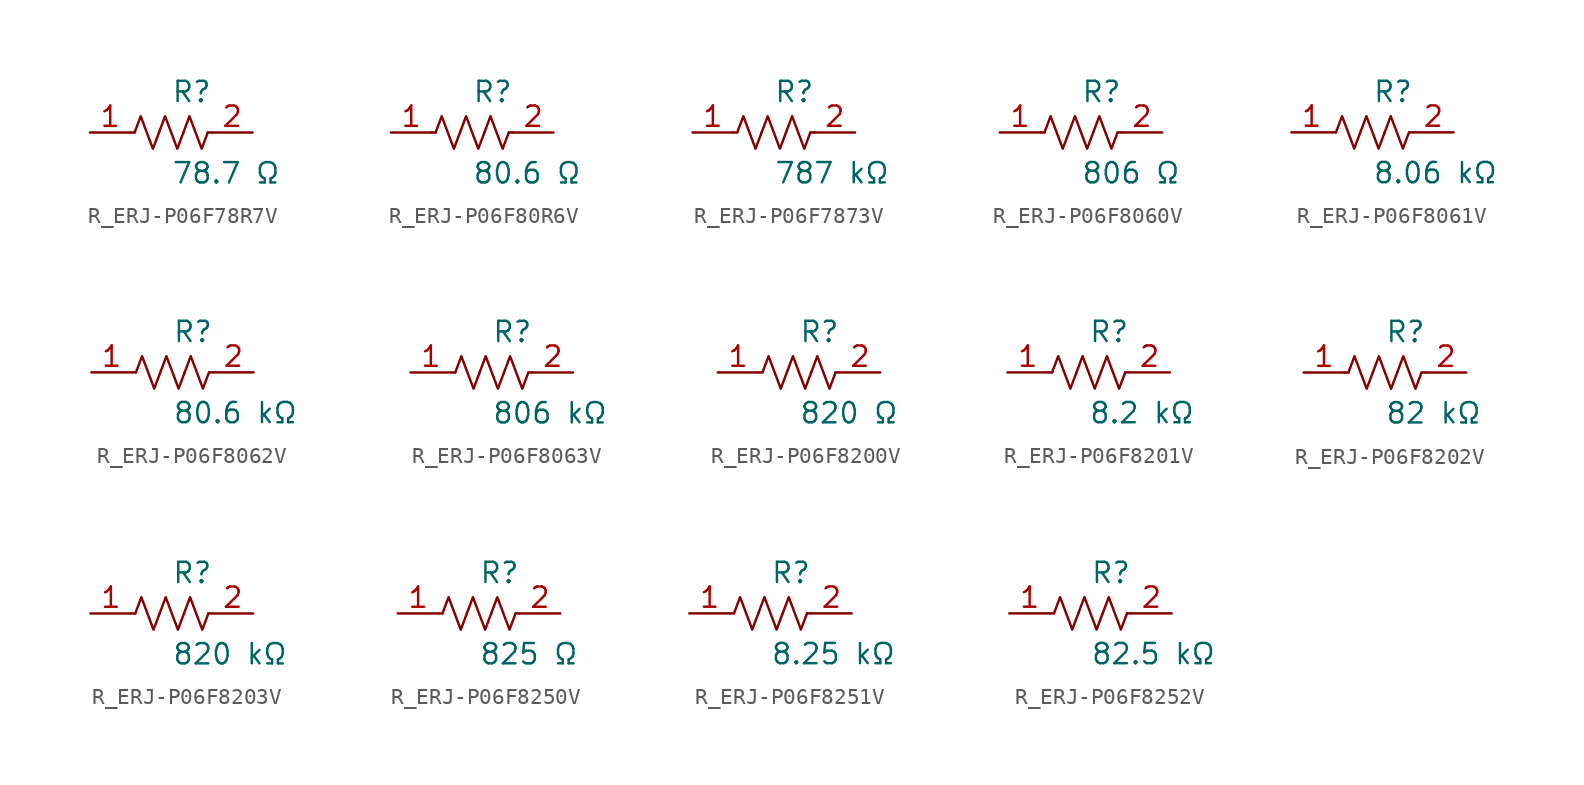
<source format=kicad_sym>
(kicad_symbol_lib
  (version 20231120)
  (generator kicad_symbol_editor)
  (generator_version 8.0)
  (symbol "R_ERJ-P06F78R7V"
    (pin_names
      (offset 0.254))
    (property "Reference" "R"
      (at 0 2.54 0)
      (effects (font (size 1.27 1.27)) (justify left)))
    (property "Value" "78.7 Ω"
      (at 0 -2.54 0)
      (effects (font (size 1.27 1.27)) (justify left)))
    (symbol "R_ERJ-P06F78R7V_0_1"
      (polyline (pts (xy 2.286 0) (xy 2.54 0)) (stroke (width 0) (type default)) (fill (type none)))
      (polyline (pts (xy -2.286 0) (xy -2.54 0)) (stroke (width 0) (type default)) (fill (type none)))
      (polyline (pts (xy 0.762 0) (xy 1.143 1.016) (xy 1.524 0) (xy 1.905 -1.016) (xy 2.286 0)) (stroke (width 0) (type default)) (fill (type none)))
      (polyline (pts (xy -0.762 0) (xy -0.381 1.016) (xy 0 0) (xy 0.381 -1.016) (xy 0.762 0)) (stroke (width 0) (type default)) (fill (type none)))
      (polyline (pts (xy -2.286 0) (xy -1.905 1.016) (xy -1.524 0) (xy -1.143 -1.016) (xy -0.762 0)) (stroke (width 0) (type default)) (fill (type none))))
    (pin passive line
      (at -5.08 0 0)
      (length 2.54)
      (name "" (effects (font (size 1.27 1.27))))
      (number "1" (effects (font (size 1.27 1.27)))))
    (pin passive line
      (at 5.08 0 180)
      (length 2.54)
      (name "" (effects (font (size 1.27 1.27))))
      (number "2" (effects (font (size 1.27 1.27))))))
  (symbol "R_ERJ-P06F80R6V"
    (pin_names
      (offset 0.254))
    (property "Reference" "R"
      (at 0 2.54 0)
      (effects (font (size 1.27 1.27)) (justify left)))
    (property "Value" "80.6 Ω"
      (at 0 -2.54 0)
      (effects (font (size 1.27 1.27)) (justify left)))
    (symbol "R_ERJ-P06F80R6V_0_1"
      (polyline (pts (xy 2.286 0) (xy 2.54 0)) (stroke (width 0) (type default)) (fill (type none)))
      (polyline (pts (xy -2.286 0) (xy -2.54 0)) (stroke (width 0) (type default)) (fill (type none)))
      (polyline (pts (xy 0.762 0) (xy 1.143 1.016) (xy 1.524 0) (xy 1.905 -1.016) (xy 2.286 0)) (stroke (width 0) (type default)) (fill (type none)))
      (polyline (pts (xy -0.762 0) (xy -0.381 1.016) (xy 0 0) (xy 0.381 -1.016) (xy 0.762 0)) (stroke (width 0) (type default)) (fill (type none)))
      (polyline (pts (xy -2.286 0) (xy -1.905 1.016) (xy -1.524 0) (xy -1.143 -1.016) (xy -0.762 0)) (stroke (width 0) (type default)) (fill (type none))))
    (pin passive line
      (at -5.08 0 0)
      (length 2.54)
      (name "" (effects (font (size 1.27 1.27))))
      (number "1" (effects (font (size 1.27 1.27)))))
    (pin passive line
      (at 5.08 0 180)
      (length 2.54)
      (name "" (effects (font (size 1.27 1.27))))
      (number "2" (effects (font (size 1.27 1.27))))))
  (symbol "R_ERJ-P06F7873V"
    (pin_names
      (offset 0.254))
    (property "Reference" "R"
      (at 0 2.54 0)
      (effects (font (size 1.27 1.27)) (justify left)))
    (property "Value" "787 kΩ"
      (at 0 -2.54 0)
      (effects (font (size 1.27 1.27)) (justify left)))
    (symbol "R_ERJ-P06F7873V_0_1"
      (polyline (pts (xy 2.286 0) (xy 2.54 0)) (stroke (width 0) (type default)) (fill (type none)))
      (polyline (pts (xy -2.286 0) (xy -2.54 0)) (stroke (width 0) (type default)) (fill (type none)))
      (polyline (pts (xy 0.762 0) (xy 1.143 1.016) (xy 1.524 0) (xy 1.905 -1.016) (xy 2.286 0)) (stroke (width 0) (type default)) (fill (type none)))
      (polyline (pts (xy -0.762 0) (xy -0.381 1.016) (xy 0 0) (xy 0.381 -1.016) (xy 0.762 0)) (stroke (width 0) (type default)) (fill (type none)))
      (polyline (pts (xy -2.286 0) (xy -1.905 1.016) (xy -1.524 0) (xy -1.143 -1.016) (xy -0.762 0)) (stroke (width 0) (type default)) (fill (type none))))
    (pin passive line
      (at -5.08 0 0)
      (length 2.54)
      (name "" (effects (font (size 1.27 1.27))))
      (number "1" (effects (font (size 1.27 1.27)))))
    (pin passive line
      (at 5.08 0 180)
      (length 2.54)
      (name "" (effects (font (size 1.27 1.27))))
      (number "2" (effects (font (size 1.27 1.27))))))
  (symbol "R_ERJ-P06F8060V"
    (pin_names
      (offset 0.254))
    (property "Reference" "R"
      (at 0 2.54 0)
      (effects (font (size 1.27 1.27)) (justify left)))
    (property "Value" "806 Ω"
      (at 0 -2.54 0)
      (effects (font (size 1.27 1.27)) (justify left)))
    (symbol "R_ERJ-P06F8060V_0_1"
      (polyline (pts (xy 2.286 0) (xy 2.54 0)) (stroke (width 0) (type default)) (fill (type none)))
      (polyline (pts (xy -2.286 0) (xy -2.54 0)) (stroke (width 0) (type default)) (fill (type none)))
      (polyline (pts (xy 0.762 0) (xy 1.143 1.016) (xy 1.524 0) (xy 1.905 -1.016) (xy 2.286 0)) (stroke (width 0) (type default)) (fill (type none)))
      (polyline (pts (xy -0.762 0) (xy -0.381 1.016) (xy 0 0) (xy 0.381 -1.016) (xy 0.762 0)) (stroke (width 0) (type default)) (fill (type none)))
      (polyline (pts (xy -2.286 0) (xy -1.905 1.016) (xy -1.524 0) (xy -1.143 -1.016) (xy -0.762 0)) (stroke (width 0) (type default)) (fill (type none))))
    (pin passive line
      (at -5.08 0 0)
      (length 2.54)
      (name "" (effects (font (size 1.27 1.27))))
      (number "1" (effects (font (size 1.27 1.27)))))
    (pin passive line
      (at 5.08 0 180)
      (length 2.54)
      (name "" (effects (font (size 1.27 1.27))))
      (number "2" (effects (font (size 1.27 1.27))))))
  (symbol "R_ERJ-P06F8061V"
    (pin_names
      (offset 0.254))
    (property "Reference" "R"
      (at 0 2.54 0)
      (effects (font (size 1.27 1.27)) (justify left)))
    (property "Value" "8.06 kΩ"
      (at 0 -2.54 0)
      (effects (font (size 1.27 1.27)) (justify left)))
    (symbol "R_ERJ-P06F8061V_0_1"
      (polyline (pts (xy 2.286 0) (xy 2.54 0)) (stroke (width 0) (type default)) (fill (type none)))
      (polyline (pts (xy -2.286 0) (xy -2.54 0)) (stroke (width 0) (type default)) (fill (type none)))
      (polyline (pts (xy 0.762 0) (xy 1.143 1.016) (xy 1.524 0) (xy 1.905 -1.016) (xy 2.286 0)) (stroke (width 0) (type default)) (fill (type none)))
      (polyline (pts (xy -0.762 0) (xy -0.381 1.016) (xy 0 0) (xy 0.381 -1.016) (xy 0.762 0)) (stroke (width 0) (type default)) (fill (type none)))
      (polyline (pts (xy -2.286 0) (xy -1.905 1.016) (xy -1.524 0) (xy -1.143 -1.016) (xy -0.762 0)) (stroke (width 0) (type default)) (fill (type none))))
    (pin passive line
      (at -5.08 0 0)
      (length 2.54)
      (name "" (effects (font (size 1.27 1.27))))
      (number "1" (effects (font (size 1.27 1.27)))))
    (pin passive line
      (at 5.08 0 180)
      (length 2.54)
      (name "" (effects (font (size 1.27 1.27))))
      (number "2" (effects (font (size 1.27 1.27))))))
  (symbol "R_ERJ-P06F8062V"
    (pin_names
      (offset 0.254))
    (property "Reference" "R"
      (at 0 2.54 0)
      (effects (font (size 1.27 1.27)) (justify left)))
    (property "Value" "80.6 kΩ"
      (at 0 -2.54 0)
      (effects (font (size 1.27 1.27)) (justify left)))
    (symbol "R_ERJ-P06F8062V_0_1"
      (polyline (pts (xy 2.286 0) (xy 2.54 0)) (stroke (width 0) (type default)) (fill (type none)))
      (polyline (pts (xy -2.286 0) (xy -2.54 0)) (stroke (width 0) (type default)) (fill (type none)))
      (polyline (pts (xy 0.762 0) (xy 1.143 1.016) (xy 1.524 0) (xy 1.905 -1.016) (xy 2.286 0)) (stroke (width 0) (type default)) (fill (type none)))
      (polyline (pts (xy -0.762 0) (xy -0.381 1.016) (xy 0 0) (xy 0.381 -1.016) (xy 0.762 0)) (stroke (width 0) (type default)) (fill (type none)))
      (polyline (pts (xy -2.286 0) (xy -1.905 1.016) (xy -1.524 0) (xy -1.143 -1.016) (xy -0.762 0)) (stroke (width 0) (type default)) (fill (type none))))
    (pin passive line
      (at -5.08 0 0)
      (length 2.54)
      (name "" (effects (font (size 1.27 1.27))))
      (number "1" (effects (font (size 1.27 1.27)))))
    (pin passive line
      (at 5.08 0 180)
      (length 2.54)
      (name "" (effects (font (size 1.27 1.27))))
      (number "2" (effects (font (size 1.27 1.27))))))
  (symbol "R_ERJ-P06F8063V"
    (pin_names
      (offset 0.254))
    (property "Reference" "R"
      (at 0 2.54 0)
      (effects (font (size 1.27 1.27)) (justify left)))
    (property "Value" "806 kΩ"
      (at 0 -2.54 0)
      (effects (font (size 1.27 1.27)) (justify left)))
    (symbol "R_ERJ-P06F8063V_0_1"
      (polyline (pts (xy 2.286 0) (xy 2.54 0)) (stroke (width 0) (type default)) (fill (type none)))
      (polyline (pts (xy -2.286 0) (xy -2.54 0)) (stroke (width 0) (type default)) (fill (type none)))
      (polyline (pts (xy 0.762 0) (xy 1.143 1.016) (xy 1.524 0) (xy 1.905 -1.016) (xy 2.286 0)) (stroke (width 0) (type default)) (fill (type none)))
      (polyline (pts (xy -0.762 0) (xy -0.381 1.016) (xy 0 0) (xy 0.381 -1.016) (xy 0.762 0)) (stroke (width 0) (type default)) (fill (type none)))
      (polyline (pts (xy -2.286 0) (xy -1.905 1.016) (xy -1.524 0) (xy -1.143 -1.016) (xy -0.762 0)) (stroke (width 0) (type default)) (fill (type none))))
    (pin passive line
      (at -5.08 0 0)
      (length 2.54)
      (name "" (effects (font (size 1.27 1.27))))
      (number "1" (effects (font (size 1.27 1.27)))))
    (pin passive line
      (at 5.08 0 180)
      (length 2.54)
      (name "" (effects (font (size 1.27 1.27))))
      (number "2" (effects (font (size 1.27 1.27))))))
  (symbol "R_ERJ-P06F8200V"
    (pin_names
      (offset 0.254))
    (property "Reference" "R"
      (at 0 2.54 0)
      (effects (font (size 1.27 1.27)) (justify left)))
    (property "Value" "820 Ω"
      (at 0 -2.54 0)
      (effects (font (size 1.27 1.27)) (justify left)))
    (symbol "R_ERJ-P06F8200V_0_1"
      (polyline (pts (xy 2.286 0) (xy 2.54 0)) (stroke (width 0) (type default)) (fill (type none)))
      (polyline (pts (xy -2.286 0) (xy -2.54 0)) (stroke (width 0) (type default)) (fill (type none)))
      (polyline (pts (xy 0.762 0) (xy 1.143 1.016) (xy 1.524 0) (xy 1.905 -1.016) (xy 2.286 0)) (stroke (width 0) (type default)) (fill (type none)))
      (polyline (pts (xy -0.762 0) (xy -0.381 1.016) (xy 0 0) (xy 0.381 -1.016) (xy 0.762 0)) (stroke (width 0) (type default)) (fill (type none)))
      (polyline (pts (xy -2.286 0) (xy -1.905 1.016) (xy -1.524 0) (xy -1.143 -1.016) (xy -0.762 0)) (stroke (width 0) (type default)) (fill (type none))))
    (pin passive line
      (at -5.08 0 0)
      (length 2.54)
      (name "" (effects (font (size 1.27 1.27))))
      (number "1" (effects (font (size 1.27 1.27)))))
    (pin passive line
      (at 5.08 0 180)
      (length 2.54)
      (name "" (effects (font (size 1.27 1.27))))
      (number "2" (effects (font (size 1.27 1.27))))))
  (symbol "R_ERJ-P06F8201V"
    (pin_names
      (offset 0.254))
    (property "Reference" "R"
      (at 0 2.54 0)
      (effects (font (size 1.27 1.27)) (justify left)))
    (property "Value" "8.2 kΩ"
      (at 0 -2.54 0)
      (effects (font (size 1.27 1.27)) (justify left)))
    (symbol "R_ERJ-P06F8201V_0_1"
      (polyline (pts (xy 2.286 0) (xy 2.54 0)) (stroke (width 0) (type default)) (fill (type none)))
      (polyline (pts (xy -2.286 0) (xy -2.54 0)) (stroke (width 0) (type default)) (fill (type none)))
      (polyline (pts (xy 0.762 0) (xy 1.143 1.016) (xy 1.524 0) (xy 1.905 -1.016) (xy 2.286 0)) (stroke (width 0) (type default)) (fill (type none)))
      (polyline (pts (xy -0.762 0) (xy -0.381 1.016) (xy 0 0) (xy 0.381 -1.016) (xy 0.762 0)) (stroke (width 0) (type default)) (fill (type none)))
      (polyline (pts (xy -2.286 0) (xy -1.905 1.016) (xy -1.524 0) (xy -1.143 -1.016) (xy -0.762 0)) (stroke (width 0) (type default)) (fill (type none))))
    (pin passive line
      (at -5.08 0 0)
      (length 2.54)
      (name "" (effects (font (size 1.27 1.27))))
      (number "1" (effects (font (size 1.27 1.27)))))
    (pin passive line
      (at 5.08 0 180)
      (length 2.54)
      (name "" (effects (font (size 1.27 1.27))))
      (number "2" (effects (font (size 1.27 1.27))))))
  (symbol "R_ERJ-P06F8202V"
    (pin_names
      (offset 0.254))
    (property "Reference" "R"
      (at 0 2.54 0)
      (effects (font (size 1.27 1.27)) (justify left)))
    (property "Value" "82 kΩ"
      (at 0 -2.54 0)
      (effects (font (size 1.27 1.27)) (justify left)))
    (symbol "R_ERJ-P06F8202V_0_1"
      (polyline (pts (xy 2.286 0) (xy 2.54 0)) (stroke (width 0) (type default)) (fill (type none)))
      (polyline (pts (xy -2.286 0) (xy -2.54 0)) (stroke (width 0) (type default)) (fill (type none)))
      (polyline (pts (xy 0.762 0) (xy 1.143 1.016) (xy 1.524 0) (xy 1.905 -1.016) (xy 2.286 0)) (stroke (width 0) (type default)) (fill (type none)))
      (polyline (pts (xy -0.762 0) (xy -0.381 1.016) (xy 0 0) (xy 0.381 -1.016) (xy 0.762 0)) (stroke (width 0) (type default)) (fill (type none)))
      (polyline (pts (xy -2.286 0) (xy -1.905 1.016) (xy -1.524 0) (xy -1.143 -1.016) (xy -0.762 0)) (stroke (width 0) (type default)) (fill (type none))))
    (pin passive line
      (at -5.08 0 0)
      (length 2.54)
      (name "" (effects (font (size 1.27 1.27))))
      (number "1" (effects (font (size 1.27 1.27)))))
    (pin passive line
      (at 5.08 0 180)
      (length 2.54)
      (name "" (effects (font (size 1.27 1.27))))
      (number "2" (effects (font (size 1.27 1.27))))))
  (symbol "R_ERJ-P06F8203V"
    (pin_names
      (offset 0.254))
    (property "Reference" "R"
      (at 0 2.54 0)
      (effects (font (size 1.27 1.27)) (justify left)))
    (property "Value" "820 kΩ"
      (at 0 -2.54 0)
      (effects (font (size 1.27 1.27)) (justify left)))
    (symbol "R_ERJ-P06F8203V_0_1"
      (polyline (pts (xy 2.286 0) (xy 2.54 0)) (stroke (width 0) (type default)) (fill (type none)))
      (polyline (pts (xy -2.286 0) (xy -2.54 0)) (stroke (width 0) (type default)) (fill (type none)))
      (polyline (pts (xy 0.762 0) (xy 1.143 1.016) (xy 1.524 0) (xy 1.905 -1.016) (xy 2.286 0)) (stroke (width 0) (type default)) (fill (type none)))
      (polyline (pts (xy -0.762 0) (xy -0.381 1.016) (xy 0 0) (xy 0.381 -1.016) (xy 0.762 0)) (stroke (width 0) (type default)) (fill (type none)))
      (polyline (pts (xy -2.286 0) (xy -1.905 1.016) (xy -1.524 0) (xy -1.143 -1.016) (xy -0.762 0)) (stroke (width 0) (type default)) (fill (type none))))
    (pin passive line
      (at -5.08 0 0)
      (length 2.54)
      (name "" (effects (font (size 1.27 1.27))))
      (number "1" (effects (font (size 1.27 1.27)))))
    (pin passive line
      (at 5.08 0 180)
      (length 2.54)
      (name "" (effects (font (size 1.27 1.27))))
      (number "2" (effects (font (size 1.27 1.27))))))
  (symbol "R_ERJ-P06F8250V"
    (pin_names
      (offset 0.254))
    (property "Reference" "R"
      (at 0 2.54 0)
      (effects (font (size 1.27 1.27)) (justify left)))
    (property "Value" "825 Ω"
      (at 0 -2.54 0)
      (effects (font (size 1.27 1.27)) (justify left)))
    (symbol "R_ERJ-P06F8250V_0_1"
      (polyline (pts (xy 2.286 0) (xy 2.54 0)) (stroke (width 0) (type default)) (fill (type none)))
      (polyline (pts (xy -2.286 0) (xy -2.54 0)) (stroke (width 0) (type default)) (fill (type none)))
      (polyline (pts (xy 0.762 0) (xy 1.143 1.016) (xy 1.524 0) (xy 1.905 -1.016) (xy 2.286 0)) (stroke (width 0) (type default)) (fill (type none)))
      (polyline (pts (xy -0.762 0) (xy -0.381 1.016) (xy 0 0) (xy 0.381 -1.016) (xy 0.762 0)) (stroke (width 0) (type default)) (fill (type none)))
      (polyline (pts (xy -2.286 0) (xy -1.905 1.016) (xy -1.524 0) (xy -1.143 -1.016) (xy -0.762 0)) (stroke (width 0) (type default)) (fill (type none))))
    (pin passive line
      (at -5.08 0 0)
      (length 2.54)
      (name "" (effects (font (size 1.27 1.27))))
      (number "1" (effects (font (size 1.27 1.27)))))
    (pin passive line
      (at 5.08 0 180)
      (length 2.54)
      (name "" (effects (font (size 1.27 1.27))))
      (number "2" (effects (font (size 1.27 1.27))))))
  (symbol "R_ERJ-P06F8251V"
    (pin_names
      (offset 0.254))
    (property "Reference" "R"
      (at 0 2.54 0)
      (effects (font (size 1.27 1.27)) (justify left)))
    (property "Value" "8.25 kΩ"
      (at 0 -2.54 0)
      (effects (font (size 1.27 1.27)) (justify left)))
    (symbol "R_ERJ-P06F8251V_0_1"
      (polyline (pts (xy 2.286 0) (xy 2.54 0)) (stroke (width 0) (type default)) (fill (type none)))
      (polyline (pts (xy -2.286 0) (xy -2.54 0)) (stroke (width 0) (type default)) (fill (type none)))
      (polyline (pts (xy 0.762 0) (xy 1.143 1.016) (xy 1.524 0) (xy 1.905 -1.016) (xy 2.286 0)) (stroke (width 0) (type default)) (fill (type none)))
      (polyline (pts (xy -0.762 0) (xy -0.381 1.016) (xy 0 0) (xy 0.381 -1.016) (xy 0.762 0)) (stroke (width 0) (type default)) (fill (type none)))
      (polyline (pts (xy -2.286 0) (xy -1.905 1.016) (xy -1.524 0) (xy -1.143 -1.016) (xy -0.762 0)) (stroke (width 0) (type default)) (fill (type none))))
    (pin passive line
      (at -5.08 0 0)
      (length 2.54)
      (name "" (effects (font (size 1.27 1.27))))
      (number "1" (effects (font (size 1.27 1.27)))))
    (pin passive line
      (at 5.08 0 180)
      (length 2.54)
      (name "" (effects (font (size 1.27 1.27))))
      (number "2" (effects (font (size 1.27 1.27))))))
  (symbol "R_ERJ-P06F8252V"
    (pin_names
      (offset 0.254))
    (property "Reference" "R"
      (at 0 2.54 0)
      (effects (font (size 1.27 1.27)) (justify left)))
    (property "Value" "82.5 kΩ"
      (at 0 -2.54 0)
      (effects (font (size 1.27 1.27)) (justify left)))
    (symbol "R_ERJ-P06F8252V_0_1"
      (polyline (pts (xy 2.286 0) (xy 2.54 0)) (stroke (width 0) (type default)) (fill (type none)))
      (polyline (pts (xy -2.286 0) (xy -2.54 0)) (stroke (width 0) (type default)) (fill (type none)))
      (polyline (pts (xy 0.762 0) (xy 1.143 1.016) (xy 1.524 0) (xy 1.905 -1.016) (xy 2.286 0)) (stroke (width 0) (type default)) (fill (type none)))
      (polyline (pts (xy -0.762 0) (xy -0.381 1.016) (xy 0 0) (xy 0.381 -1.016) (xy 0.762 0)) (stroke (width 0) (type default)) (fill (type none)))
      (polyline (pts (xy -2.286 0) (xy -1.905 1.016) (xy -1.524 0) (xy -1.143 -1.016) (xy -0.762 0)) (stroke (width 0) (type default)) (fill (type none))))
    (pin passive line
      (at -5.08 0 0)
      (length 2.54)
      (name "" (effects (font (size 1.27 1.27))))
      (number "1" (effects (font (size 1.27 1.27)))))
    (pin passive line
      (at 5.08 0 180)
      (length 2.54)
      (name "" (effects (font (size 1.27 1.27))))
      (number "2" (effects (font (size 1.27 1.27)))))))
</source>
